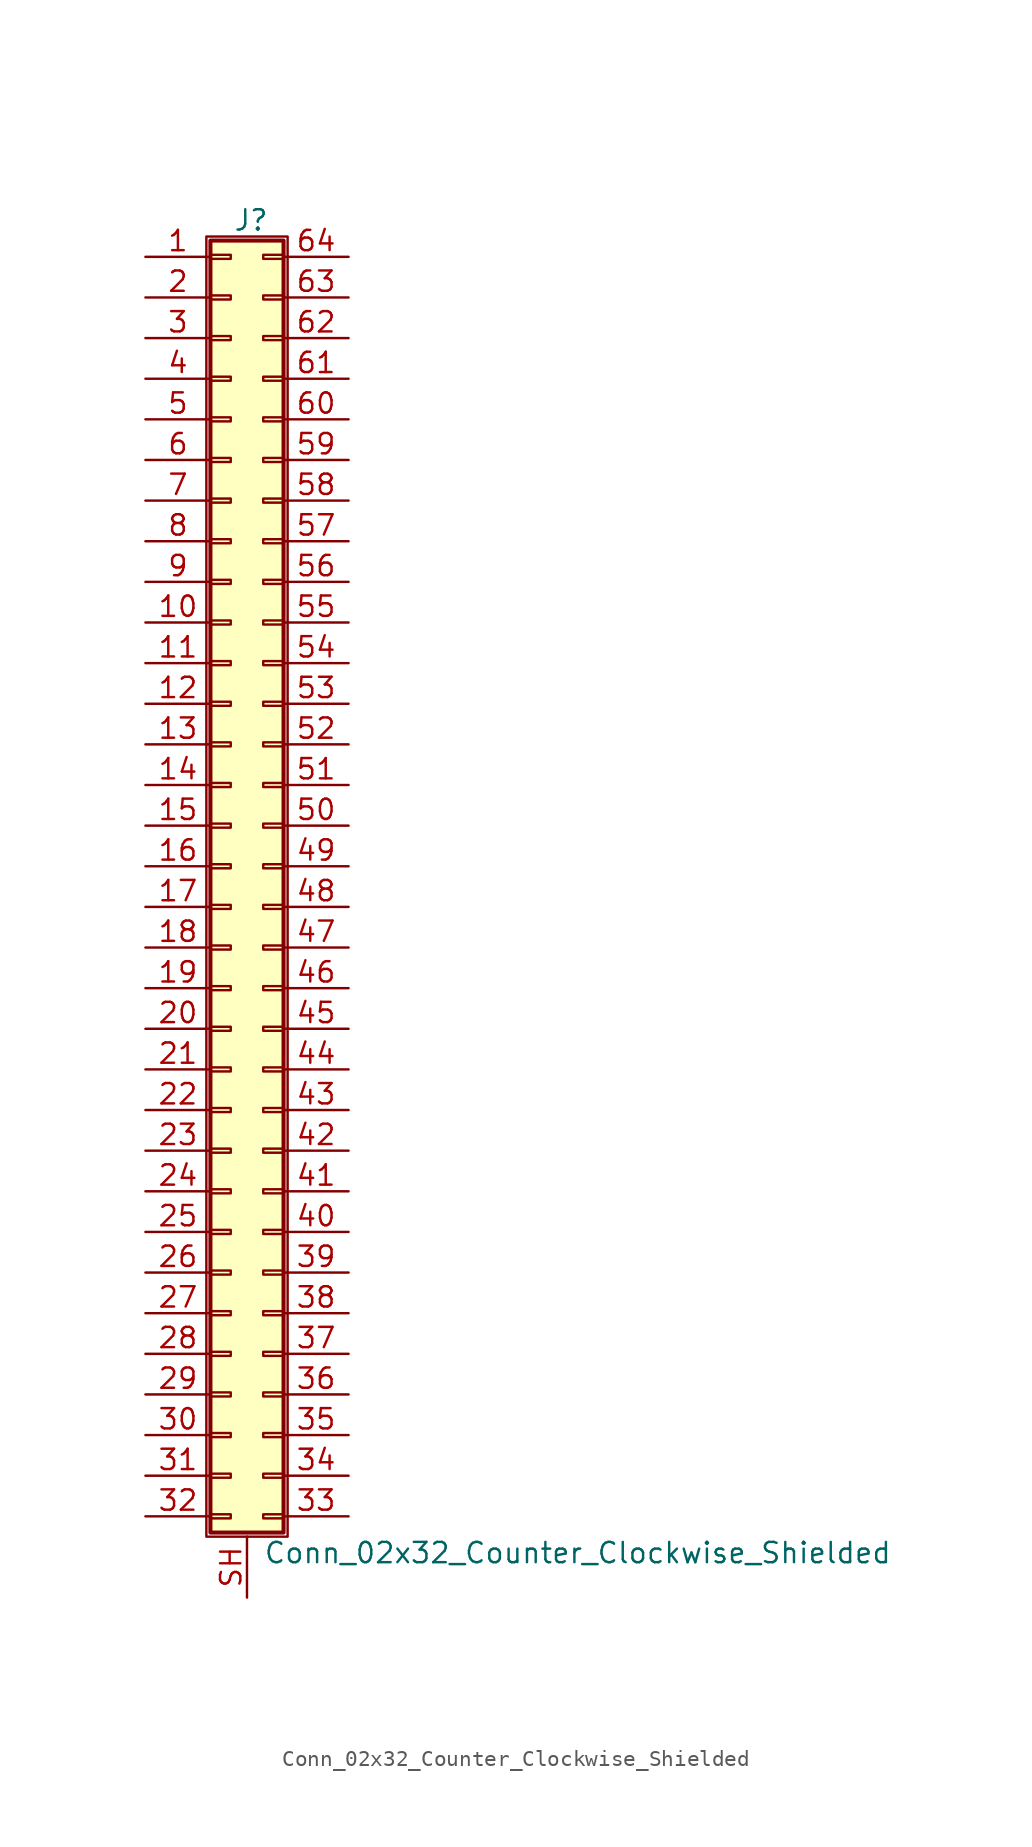
<source format=kicad_sym>
(kicad_symbol_lib
  (version 20201005)
  (generator kicad_symbol_editor)
  (symbol "Conn_02x32_Counter_Clockwise_Shielded"
    (pin_names
      (offset 1.016) hide)
    (property "Reference" "J"
      (at 1.524 40.386 0)
      (effects (font (size 1.27 1.27))))
    (property "Value" "Conn_02x32_Counter_Clockwise_Shielded"
      (at 2.286 -42.926 0)
      (effects (font (size 1.27 1.27)) (justify left)))
    (symbol "Conn_02x32_Counter_Clockwise_Shielded_1_1"
      (rectangle (start -1.27 39.37) (end 3.81 -41.91) (stroke (width 0.152)) (fill (type none)))
      (rectangle (start -1.016 -40.513) (end 0.254 -40.767) (stroke (width 0.152)) (fill (type none)))
      (rectangle (start -1.016 -37.973) (end 0.254 -38.227) (stroke (width 0.152)) (fill (type none)))
      (rectangle (start -1.016 -35.433) (end 0.254 -35.687) (stroke (width 0.152)) (fill (type none)))
      (rectangle (start -1.016 -32.893) (end 0.254 -33.147) (stroke (width 0.152)) (fill (type none)))
      (rectangle (start -1.016 -30.353) (end 0.254 -30.607) (stroke (width 0.152)) (fill (type none)))
      (rectangle (start -1.016 -27.813) (end 0.254 -28.067) (stroke (width 0.152)) (fill (type none)))
      (rectangle (start -1.016 -25.273) (end 0.254 -25.527) (stroke (width 0.152)) (fill (type none)))
      (rectangle (start -1.016 -22.733) (end 0.254 -22.987) (stroke (width 0.152)) (fill (type none)))
      (rectangle (start -1.016 -20.193) (end 0.254 -20.447) (stroke (width 0.152)) (fill (type none)))
      (rectangle (start -1.016 -17.653) (end 0.254 -17.907) (stroke (width 0.152)) (fill (type none)))
      (rectangle (start -1.016 -15.113) (end 0.254 -15.367) (stroke (width 0.152)) (fill (type none)))
      (rectangle (start -1.016 -12.573) (end 0.254 -12.827) (stroke (width 0.152)) (fill (type none)))
      (rectangle (start -1.016 -10.033) (end 0.254 -10.287) (stroke (width 0.152)) (fill (type none)))
      (rectangle (start -1.016 -7.493) (end 0.254 -7.747) (stroke (width 0.152)) (fill (type none)))
      (rectangle (start -1.016 -4.953) (end 0.254 -5.207) (stroke (width 0.152)) (fill (type none)))
      (rectangle (start -1.016 -2.413) (end 0.254 -2.667) (stroke (width 0.152)) (fill (type none)))
      (rectangle (start -1.016 0.127) (end 0.254 -0.127) (stroke (width 0.152)) (fill (type none)))
      (rectangle (start -1.016 2.667) (end 0.254 2.413) (stroke (width 0.152)) (fill (type none)))
      (rectangle (start -1.016 5.207) (end 0.254 4.953) (stroke (width 0.152)) (fill (type none)))
      (rectangle (start -1.016 7.747) (end 0.254 7.493) (stroke (width 0.152)) (fill (type none)))
      (rectangle (start -1.016 10.287) (end 0.254 10.033) (stroke (width 0.152)) (fill (type none)))
      (rectangle (start -1.016 12.827) (end 0.254 12.573) (stroke (width 0.152)) (fill (type none)))
      (rectangle (start -1.016 15.367) (end 0.254 15.113) (stroke (width 0.152)) (fill (type none)))
      (rectangle (start -1.016 17.907) (end 0.254 17.653) (stroke (width 0.152)) (fill (type none)))
      (rectangle (start -1.016 20.447) (end 0.254 20.193) (stroke (width 0.152)) (fill (type none)))
      (rectangle (start -1.016 22.987) (end 0.254 22.733) (stroke (width 0.152)) (fill (type none)))
      (rectangle (start -1.016 25.527) (end 0.254 25.273) (stroke (width 0.152)) (fill (type none)))
      (rectangle (start -1.016 28.067) (end 0.254 27.813) (stroke (width 0.152)) (fill (type none)))
      (rectangle (start -1.016 30.607) (end 0.254 30.353) (stroke (width 0.152)) (fill (type none)))
      (rectangle (start -1.016 33.147) (end 0.254 32.893) (stroke (width 0.152)) (fill (type none)))
      (rectangle (start -1.016 35.687) (end 0.254 35.433) (stroke (width 0.152)) (fill (type none)))
      (rectangle (start -1.016 38.227) (end 0.254 37.973) (stroke (width 0.152)) (fill (type none)))
      (rectangle (start 3.556 -40.513) (end 2.286 -40.767) (stroke (width 0.152)) (fill (type none)))
      (rectangle (start 3.556 -37.973) (end 2.286 -38.227) (stroke (width 0.152)) (fill (type none)))
      (rectangle (start 3.556 -35.433) (end 2.286 -35.687) (stroke (width 0.152)) (fill (type none)))
      (rectangle (start 3.556 -32.893) (end 2.286 -33.147) (stroke (width 0.152)) (fill (type none)))
      (rectangle (start 3.556 -30.353) (end 2.286 -30.607) (stroke (width 0.152)) (fill (type none)))
      (rectangle (start 3.556 -27.813) (end 2.286 -28.067) (stroke (width 0.152)) (fill (type none)))
      (rectangle (start 3.556 -25.273) (end 2.286 -25.527) (stroke (width 0.152)) (fill (type none)))
      (rectangle (start 3.556 -22.733) (end 2.286 -22.987) (stroke (width 0.152)) (fill (type none)))
      (rectangle (start 3.556 -20.193) (end 2.286 -20.447) (stroke (width 0.152)) (fill (type none)))
      (rectangle (start 3.556 -17.653) (end 2.286 -17.907) (stroke (width 0.152)) (fill (type none)))
      (rectangle (start 3.556 -15.113) (end 2.286 -15.367) (stroke (width 0.152)) (fill (type none)))
      (rectangle (start 3.556 -12.573) (end 2.286 -12.827) (stroke (width 0.152)) (fill (type none)))
      (rectangle (start 3.556 -10.033) (end 2.286 -10.287) (stroke (width 0.152)) (fill (type none)))
      (rectangle (start 3.556 -7.493) (end 2.286 -7.747) (stroke (width 0.152)) (fill (type none)))
      (rectangle (start 3.556 -4.953) (end 2.286 -5.207) (stroke (width 0.152)) (fill (type none)))
      (rectangle (start 3.556 -2.413) (end 2.286 -2.667) (stroke (width 0.152)) (fill (type none)))
      (rectangle (start 3.556 0.127) (end 2.286 -0.127) (stroke (width 0.152)) (fill (type none)))
      (rectangle (start 3.556 2.667) (end 2.286 2.413) (stroke (width 0.152)) (fill (type none)))
      (rectangle (start 3.556 5.207) (end 2.286 4.953) (stroke (width 0.152)) (fill (type none)))
      (rectangle (start 3.556 7.747) (end 2.286 7.493) (stroke (width 0.152)) (fill (type none)))
      (rectangle (start 3.556 10.287) (end 2.286 10.033) (stroke (width 0.152)) (fill (type none)))
      (rectangle (start 3.556 12.827) (end 2.286 12.573) (stroke (width 0.152)) (fill (type none)))
      (rectangle (start 3.556 15.367) (end 2.286 15.113) (stroke (width 0.152)) (fill (type none)))
      (rectangle (start 3.556 17.907) (end 2.286 17.653) (stroke (width 0.152)) (fill (type none)))
      (rectangle (start 3.556 20.447) (end 2.286 20.193) (stroke (width 0.152)) (fill (type none)))
      (rectangle (start 3.556 22.987) (end 2.286 22.733) (stroke (width 0.152)) (fill (type none)))
      (rectangle (start 3.556 25.527) (end 2.286 25.273) (stroke (width 0.152)) (fill (type none)))
      (rectangle (start 3.556 28.067) (end 2.286 27.813) (stroke (width 0.152)) (fill (type none)))
      (rectangle (start 3.556 30.607) (end 2.286 30.353) (stroke (width 0.152)) (fill (type none)))
      (rectangle (start 3.556 33.147) (end 2.286 32.893) (stroke (width 0.152)) (fill (type none)))
      (rectangle (start 3.556 35.687) (end 2.286 35.433) (stroke (width 0.152)) (fill (type none)))
      (rectangle (start 3.556 38.227) (end 2.286 37.973) (stroke (width 0.152)) (fill (type none)))
      (rectangle (start -1.016 39.116) (end 3.556 -41.656) (stroke (width 0.254)) (fill (type background)))
      (pin passive line (at -5.08 38.1 0) (length 4.064) (name "Pin_1" (effects (font (size 1.27 1.27)))) (number "1" (effects (font (size 1.27 1.27)))))
      (pin passive line (at -5.08 15.24 0) (length 4.064) (name "Pin_10" (effects (font (size 1.27 1.27)))) (number "10" (effects (font (size 1.27 1.27)))))
      (pin passive line (at -5.08 12.7 0) (length 4.064) (name "Pin_11" (effects (font (size 1.27 1.27)))) (number "11" (effects (font (size 1.27 1.27)))))
      (pin passive line (at -5.08 10.16 0) (length 4.064) (name "Pin_12" (effects (font (size 1.27 1.27)))) (number "12" (effects (font (size 1.27 1.27)))))
      (pin passive line (at -5.08 7.62 0) (length 4.064) (name "Pin_13" (effects (font (size 1.27 1.27)))) (number "13" (effects (font (size 1.27 1.27)))))
      (pin passive line (at -5.08 5.08 0) (length 4.064) (name "Pin_14" (effects (font (size 1.27 1.27)))) (number "14" (effects (font (size 1.27 1.27)))))
      (pin passive line (at -5.08 2.54 0) (length 4.064) (name "Pin_15" (effects (font (size 1.27 1.27)))) (number "15" (effects (font (size 1.27 1.27)))))
      (pin passive line (at -5.08 0 0) (length 4.064) (name "Pin_16" (effects (font (size 1.27 1.27)))) (number "16" (effects (font (size 1.27 1.27)))))
      (pin passive line (at -5.08 -2.54 0) (length 4.064) (name "Pin_17" (effects (font (size 1.27 1.27)))) (number "17" (effects (font (size 1.27 1.27)))))
      (pin passive line (at -5.08 -5.08 0) (length 4.064) (name "Pin_18" (effects (font (size 1.27 1.27)))) (number "18" (effects (font (size 1.27 1.27)))))
      (pin passive line (at -5.08 -7.62 0) (length 4.064) (name "Pin_19" (effects (font (size 1.27 1.27)))) (number "19" (effects (font (size 1.27 1.27)))))
      (pin passive line (at -5.08 35.56 0) (length 4.064) (name "Pin_2" (effects (font (size 1.27 1.27)))) (number "2" (effects (font (size 1.27 1.27)))))
      (pin passive line (at -5.08 -10.16 0) (length 4.064) (name "Pin_20" (effects (font (size 1.27 1.27)))) (number "20" (effects (font (size 1.27 1.27)))))
      (pin passive line (at -5.08 -12.7 0) (length 4.064) (name "Pin_21" (effects (font (size 1.27 1.27)))) (number "21" (effects (font (size 1.27 1.27)))))
      (pin passive line (at -5.08 -15.24 0) (length 4.064) (name "Pin_22" (effects (font (size 1.27 1.27)))) (number "22" (effects (font (size 1.27 1.27)))))
      (pin passive line (at -5.08 -17.78 0) (length 4.064) (name "Pin_23" (effects (font (size 1.27 1.27)))) (number "23" (effects (font (size 1.27 1.27)))))
      (pin passive line (at -5.08 -20.32 0) (length 4.064) (name "Pin_24" (effects (font (size 1.27 1.27)))) (number "24" (effects (font (size 1.27 1.27)))))
      (pin passive line (at -5.08 -22.86 0) (length 4.064) (name "Pin_25" (effects (font (size 1.27 1.27)))) (number "25" (effects (font (size 1.27 1.27)))))
      (pin passive line (at -5.08 -25.4 0) (length 4.064) (name "Pin_26" (effects (font (size 1.27 1.27)))) (number "26" (effects (font (size 1.27 1.27)))))
      (pin passive line (at -5.08 -27.94 0) (length 4.064) (name "Pin_27" (effects (font (size 1.27 1.27)))) (number "27" (effects (font (size 1.27 1.27)))))
      (pin passive line (at -5.08 -30.48 0) (length 4.064) (name "Pin_28" (effects (font (size 1.27 1.27)))) (number "28" (effects (font (size 1.27 1.27)))))
      (pin passive line (at -5.08 -33.02 0) (length 4.064) (name "Pin_29" (effects (font (size 1.27 1.27)))) (number "29" (effects (font (size 1.27 1.27)))))
      (pin passive line (at -5.08 33.02 0) (length 4.064) (name "Pin_3" (effects (font (size 1.27 1.27)))) (number "3" (effects (font (size 1.27 1.27)))))
      (pin passive line (at -5.08 -35.56 0) (length 4.064) (name "Pin_30" (effects (font (size 1.27 1.27)))) (number "30" (effects (font (size 1.27 1.27)))))
      (pin passive line (at -5.08 -38.1 0) (length 4.064) (name "Pin_31" (effects (font (size 1.27 1.27)))) (number "31" (effects (font (size 1.27 1.27)))))
      (pin passive line (at -5.08 -40.64 0) (length 4.064) (name "Pin_32" (effects (font (size 1.27 1.27)))) (number "32" (effects (font (size 1.27 1.27)))))
      (pin passive line (at 7.62 -40.64 180) (length 4.064) (name "Pin_33" (effects (font (size 1.27 1.27)))) (number "33" (effects (font (size 1.27 1.27)))))
      (pin passive line (at 7.62 -38.1 180) (length 4.064) (name "Pin_34" (effects (font (size 1.27 1.27)))) (number "34" (effects (font (size 1.27 1.27)))))
      (pin passive line (at 7.62 -35.56 180) (length 4.064) (name "Pin_35" (effects (font (size 1.27 1.27)))) (number "35" (effects (font (size 1.27 1.27)))))
      (pin passive line (at 7.62 -33.02 180) (length 4.064) (name "Pin_36" (effects (font (size 1.27 1.27)))) (number "36" (effects (font (size 1.27 1.27)))))
      (pin passive line (at 7.62 -30.48 180) (length 4.064) (name "Pin_37" (effects (font (size 1.27 1.27)))) (number "37" (effects (font (size 1.27 1.27)))))
      (pin passive line (at 7.62 -27.94 180) (length 4.064) (name "Pin_38" (effects (font (size 1.27 1.27)))) (number "38" (effects (font (size 1.27 1.27)))))
      (pin passive line (at 7.62 -25.4 180) (length 4.064) (name "Pin_39" (effects (font (size 1.27 1.27)))) (number "39" (effects (font (size 1.27 1.27)))))
      (pin passive line (at -5.08 30.48 0) (length 4.064) (name "Pin_4" (effects (font (size 1.27 1.27)))) (number "4" (effects (font (size 1.27 1.27)))))
      (pin passive line (at 7.62 -22.86 180) (length 4.064) (name "Pin_40" (effects (font (size 1.27 1.27)))) (number "40" (effects (font (size 1.27 1.27)))))
      (pin passive line (at 7.62 -20.32 180) (length 4.064) (name "Pin_41" (effects (font (size 1.27 1.27)))) (number "41" (effects (font (size 1.27 1.27)))))
      (pin passive line (at 7.62 -17.78 180) (length 4.064) (name "Pin_42" (effects (font (size 1.27 1.27)))) (number "42" (effects (font (size 1.27 1.27)))))
      (pin passive line (at 7.62 -15.24 180) (length 4.064) (name "Pin_43" (effects (font (size 1.27 1.27)))) (number "43" (effects (font (size 1.27 1.27)))))
      (pin passive line (at 7.62 -12.7 180) (length 4.064) (name "Pin_44" (effects (font (size 1.27 1.27)))) (number "44" (effects (font (size 1.27 1.27)))))
      (pin passive line (at 7.62 -10.16 180) (length 4.064) (name "Pin_45" (effects (font (size 1.27 1.27)))) (number "45" (effects (font (size 1.27 1.27)))))
      (pin passive line (at 7.62 -7.62 180) (length 4.064) (name "Pin_46" (effects (font (size 1.27 1.27)))) (number "46" (effects (font (size 1.27 1.27)))))
      (pin passive line (at 7.62 -5.08 180) (length 4.064) (name "Pin_47" (effects (font (size 1.27 1.27)))) (number "47" (effects (font (size 1.27 1.27)))))
      (pin passive line (at 7.62 -2.54 180) (length 4.064) (name "Pin_48" (effects (font (size 1.27 1.27)))) (number "48" (effects (font (size 1.27 1.27)))))
      (pin passive line (at 7.62 0 180) (length 4.064) (name "Pin_49" (effects (font (size 1.27 1.27)))) (number "49" (effects (font (size 1.27 1.27)))))
      (pin passive line (at -5.08 27.94 0) (length 4.064) (name "Pin_5" (effects (font (size 1.27 1.27)))) (number "5" (effects (font (size 1.27 1.27)))))
      (pin passive line (at 7.62 2.54 180) (length 4.064) (name "Pin_50" (effects (font (size 1.27 1.27)))) (number "50" (effects (font (size 1.27 1.27)))))
      (pin passive line (at 7.62 5.08 180) (length 4.064) (name "Pin_51" (effects (font (size 1.27 1.27)))) (number "51" (effects (font (size 1.27 1.27)))))
      (pin passive line (at 7.62 7.62 180) (length 4.064) (name "Pin_52" (effects (font (size 1.27 1.27)))) (number "52" (effects (font (size 1.27 1.27)))))
      (pin passive line (at 7.62 10.16 180) (length 4.064) (name "Pin_53" (effects (font (size 1.27 1.27)))) (number "53" (effects (font (size 1.27 1.27)))))
      (pin passive line (at 7.62 12.7 180) (length 4.064) (name "Pin_54" (effects (font (size 1.27 1.27)))) (number "54" (effects (font (size 1.27 1.27)))))
      (pin passive line (at 7.62 15.24 180) (length 4.064) (name "Pin_55" (effects (font (size 1.27 1.27)))) (number "55" (effects (font (size 1.27 1.27)))))
      (pin passive line (at 7.62 17.78 180) (length 4.064) (name "Pin_56" (effects (font (size 1.27 1.27)))) (number "56" (effects (font (size 1.27 1.27)))))
      (pin passive line (at 7.62 20.32 180) (length 4.064) (name "Pin_57" (effects (font (size 1.27 1.27)))) (number "57" (effects (font (size 1.27 1.27)))))
      (pin passive line (at 7.62 22.86 180) (length 4.064) (name "Pin_58" (effects (font (size 1.27 1.27)))) (number "58" (effects (font (size 1.27 1.27)))))
      (pin passive line (at 7.62 25.4 180) (length 4.064) (name "Pin_59" (effects (font (size 1.27 1.27)))) (number "59" (effects (font (size 1.27 1.27)))))
      (pin passive line (at -5.08 25.4 0) (length 4.064) (name "Pin_6" (effects (font (size 1.27 1.27)))) (number "6" (effects (font (size 1.27 1.27)))))
      (pin passive line (at 7.62 27.94 180) (length 4.064) (name "Pin_60" (effects (font (size 1.27 1.27)))) (number "60" (effects (font (size 1.27 1.27)))))
      (pin passive line (at 7.62 30.48 180) (length 4.064) (name "Pin_61" (effects (font (size 1.27 1.27)))) (number "61" (effects (font (size 1.27 1.27)))))
      (pin passive line (at 7.62 33.02 180) (length 4.064) (name "Pin_62" (effects (font (size 1.27 1.27)))) (number "62" (effects (font (size 1.27 1.27)))))
      (pin passive line (at 7.62 35.56 180) (length 4.064) (name "Pin_63" (effects (font (size 1.27 1.27)))) (number "63" (effects (font (size 1.27 1.27)))))
      (pin passive line (at 7.62 38.1 180) (length 4.064) (name "Pin_64" (effects (font (size 1.27 1.27)))) (number "64" (effects (font (size 1.27 1.27)))))
      (pin passive line (at -5.08 22.86 0) (length 4.064) (name "Pin_7" (effects (font (size 1.27 1.27)))) (number "7" (effects (font (size 1.27 1.27)))))
      (pin passive line (at -5.08 20.32 0) (length 4.064) (name "Pin_8" (effects (font (size 1.27 1.27)))) (number "8" (effects (font (size 1.27 1.27)))))
      (pin passive line (at -5.08 17.78 0) (length 4.064) (name "Pin_9" (effects (font (size 1.27 1.27)))) (number "9" (effects (font (size 1.27 1.27)))))
      (pin passive line (at 1.27 -45.72 90) (length 3.81) (name "Shield" (effects (font (size 1.27 1.27)))) (number "SH" (effects (font (size 1.27 1.27))))))))
</source>
